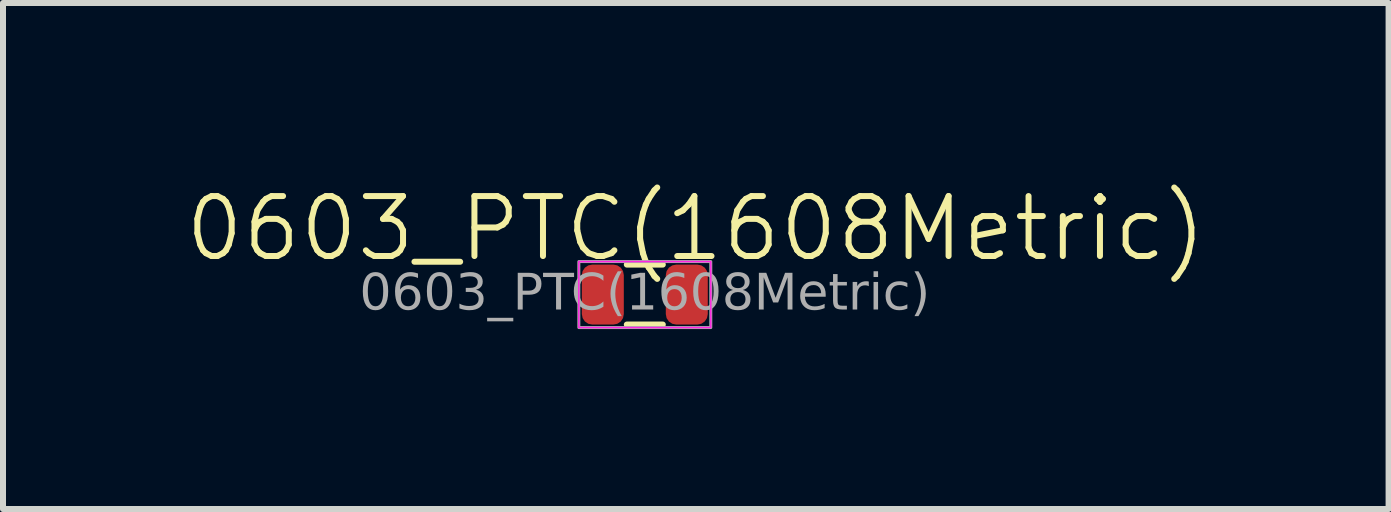
<source format=kicad_pcb>
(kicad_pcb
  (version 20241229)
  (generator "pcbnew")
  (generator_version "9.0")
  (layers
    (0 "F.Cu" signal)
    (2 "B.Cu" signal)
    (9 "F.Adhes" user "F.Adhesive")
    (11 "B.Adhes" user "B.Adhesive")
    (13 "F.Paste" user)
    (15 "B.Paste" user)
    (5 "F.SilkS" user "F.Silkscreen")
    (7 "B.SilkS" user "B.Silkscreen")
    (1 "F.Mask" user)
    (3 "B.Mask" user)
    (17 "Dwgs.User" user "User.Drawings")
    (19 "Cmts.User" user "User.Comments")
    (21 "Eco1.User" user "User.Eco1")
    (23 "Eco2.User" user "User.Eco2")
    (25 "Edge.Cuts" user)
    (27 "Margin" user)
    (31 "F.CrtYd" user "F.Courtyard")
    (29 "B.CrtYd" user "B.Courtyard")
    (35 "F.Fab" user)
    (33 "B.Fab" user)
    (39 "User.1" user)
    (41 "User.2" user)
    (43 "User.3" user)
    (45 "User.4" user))
  (footprint "0603_PTC(1608Metric)"
    (layer "F.Cu")
    (at 7.7 1.861)
    (property "Reference" "0603_PTC(1608Metric)" (at 0.85 -1.1 0) (unlocked yes) (layer "F.SilkS") (effects (font (size 1 1) (thickness 0.1))))
    (attr smd)
    (fp_line (start -0.3 -0.5) (end 0.3 -0.5) (stroke (width 0.1) (type default)) (layer "F.SilkS"))
    (fp_line (start -0.3 0.5) (end 0.3 0.5) (stroke (width 0.1) (type default)) (layer "F.SilkS"))
    (fp_rect (start -1.1 -0.55) (end 1.1 0.55) (stroke (width 0.025) (type default)) (fill no) (layer "F.CrtYd"))
    (fp_rect (start -1.1 -0.55) (end 1.1 0.55) (stroke (width 0.05) (type default)) (fill no) (layer "F.Fab"))
    (fp_text user "${REFERENCE}" (at 0 0 0) (unlocked yes) (layer "F.Fab") (effects (font (face "Arial") (size 0.6 0.6) (thickness 0.15))))
    (pad "1" smd roundrect (at -0.7 0) (size 0.7 1) (layers "F.Cu" "F.Mask" "F.Paste") (roundrect_rratio 0.25))
    (pad "2" smd roundrect (at 0.7 0) (size 0.7 1) (layers "F.Cu" "F.Mask" "F.Paste") (roundrect_rratio 0.25)))
  (gr_rect
    (start -3 -3)
    (end 20.1 5.436)
    (stroke (width 0.1) (type default))
    (fill no)
    (layer "Edge.Cuts")))
</source>
